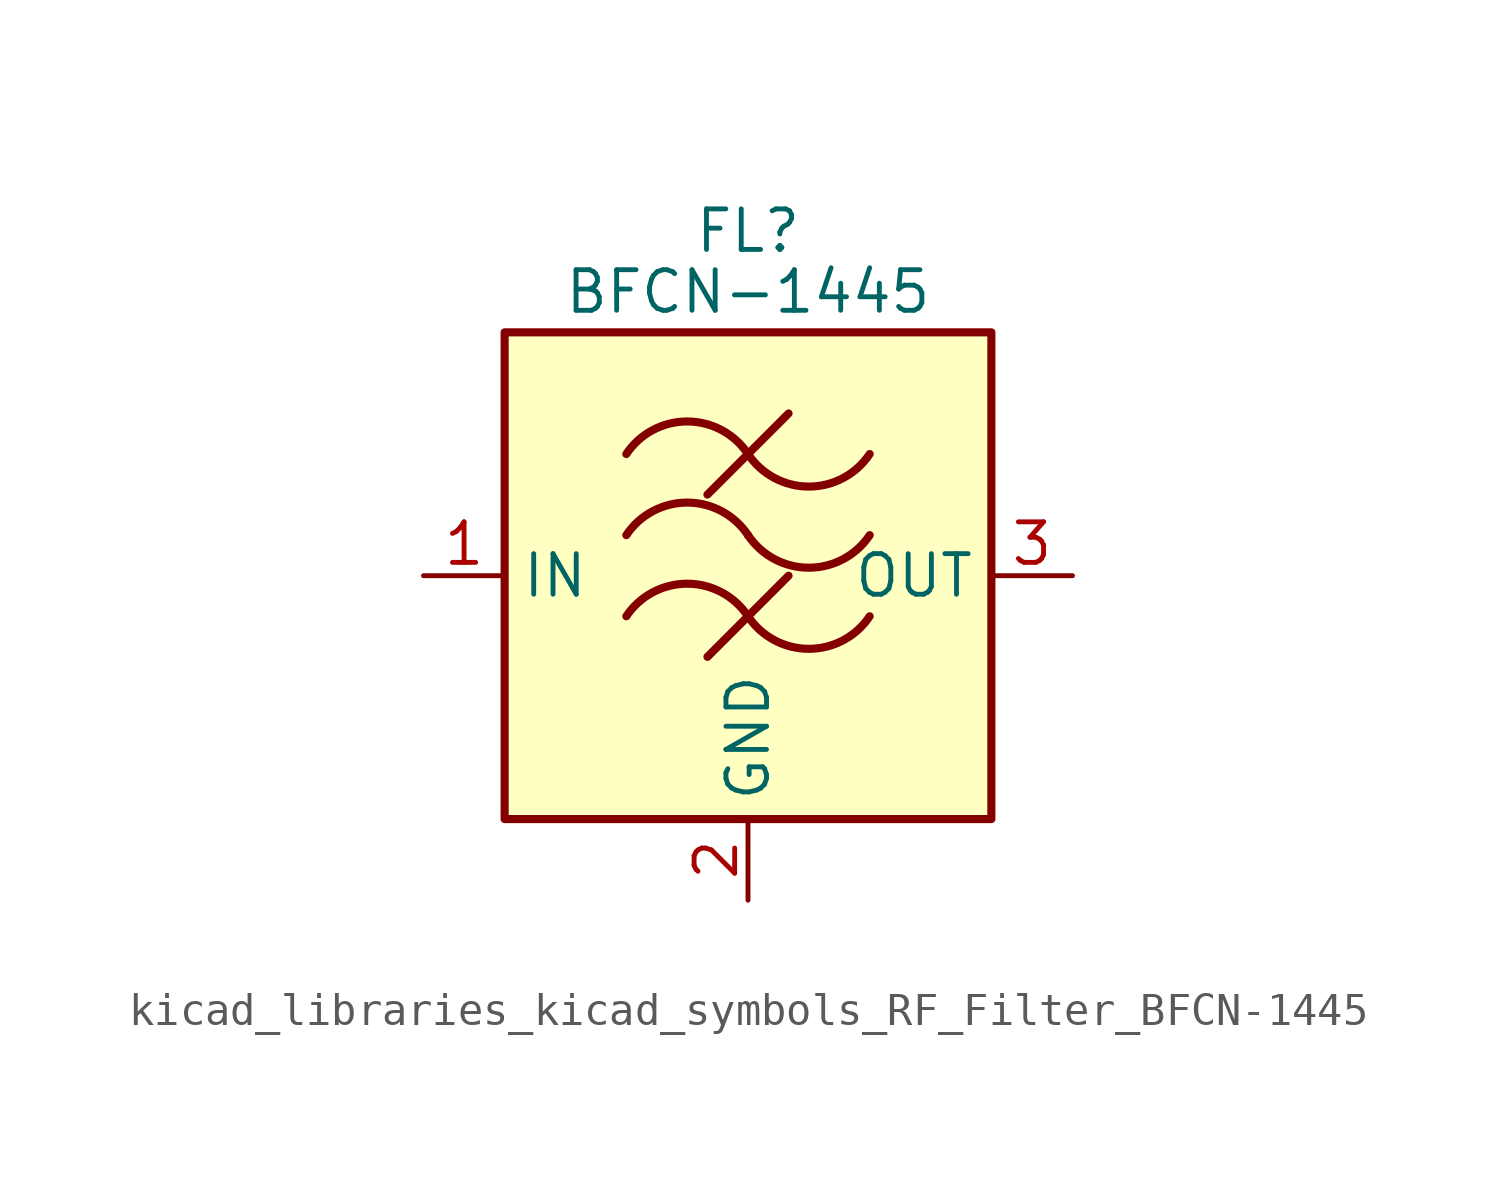
<source format=kicad_sym>
(kicad_symbol_lib
  (version 20220914)
  (generator kicad_symbol_editor)
  (symbol "kicad_libraries_kicad_symbols_RF_Filter_BFCN-1445"
    (property "Reference" "FL"
      (at 0 10.795 0)
      (effects (font (size 1.27 1.27))))
    (property "Value" "BFCN-1445"
      (at 0 8.89 0)
      (effects (font (size 1.27 1.27))))
    (symbol "kicad_libraries_kicad_symbols_RF_Filter_BFCN-1445_0_1"
      (rectangle (start -7.62 7.62) (end 7.62 -7.62) (stroke (width 0.254) (type default)) (fill (type background)))
      (arc (start 0 -1.27) (mid -1.905 -0.2505) (end -3.81 -1.27) (stroke (width 0.254) (type default)) (fill (type none)))
      (arc (start 0 -1.27) (mid 1.905 -2.2895) (end 3.81 -1.27) (stroke (width 0.254) (type default)) (fill (type none)))
      (polyline (pts (xy -1.27 -2.54) (xy 1.27 0)) (stroke (width 0.254) (type default)) (fill (type none)))
      (polyline (pts (xy -1.27 2.54) (xy 1.27 5.08)) (stroke (width 0.254) (type default)) (fill (type none)))
      (arc (start 0 1.27) (mid -1.905 2.2895) (end -3.81 1.27) (stroke (width 0.254) (type default)) (fill (type none)))
      (arc (start 0 1.27) (mid 1.905 0.2505) (end 3.81 1.27) (stroke (width 0.254) (type default)) (fill (type none)))
      (arc (start 0 3.81) (mid -1.905 4.8295) (end -3.81 3.81) (stroke (width 0.254) (type default)) (fill (type none)))
      (arc (start 0 3.81) (mid 1.905 2.7905) (end 3.81 3.81) (stroke (width 0.254) (type default)) (fill (type none))))
    (symbol "kicad_libraries_kicad_symbols_RF_Filter_BFCN-1445_1_1"
      (pin passive line (at -10.16 0 0) (length 2.54) (name "IN" (effects (font (size 1.27 1.27)))) (number "1" (effects (font (size 1.27 1.27)))))
      (pin passive line (at 0 -10.16 90) (length 2.54) (name "GND" (effects (font (size 1.27 1.27)))) (number "2" (effects (font (size 1.27 1.27)))))
      (pin passive line (at 10.16 0 180) (length 2.54) (name "OUT" (effects (font (size 1.27 1.27)))) (number "3" (effects (font (size 1.27 1.27)))))
      (pin passive line (at 0 -10.16 90) (length 2.54) hide (name "GND" (effects (font (size 1.27 1.27)))) (number "4" (effects (font (size 1.27 1.27))))))))
</source>
